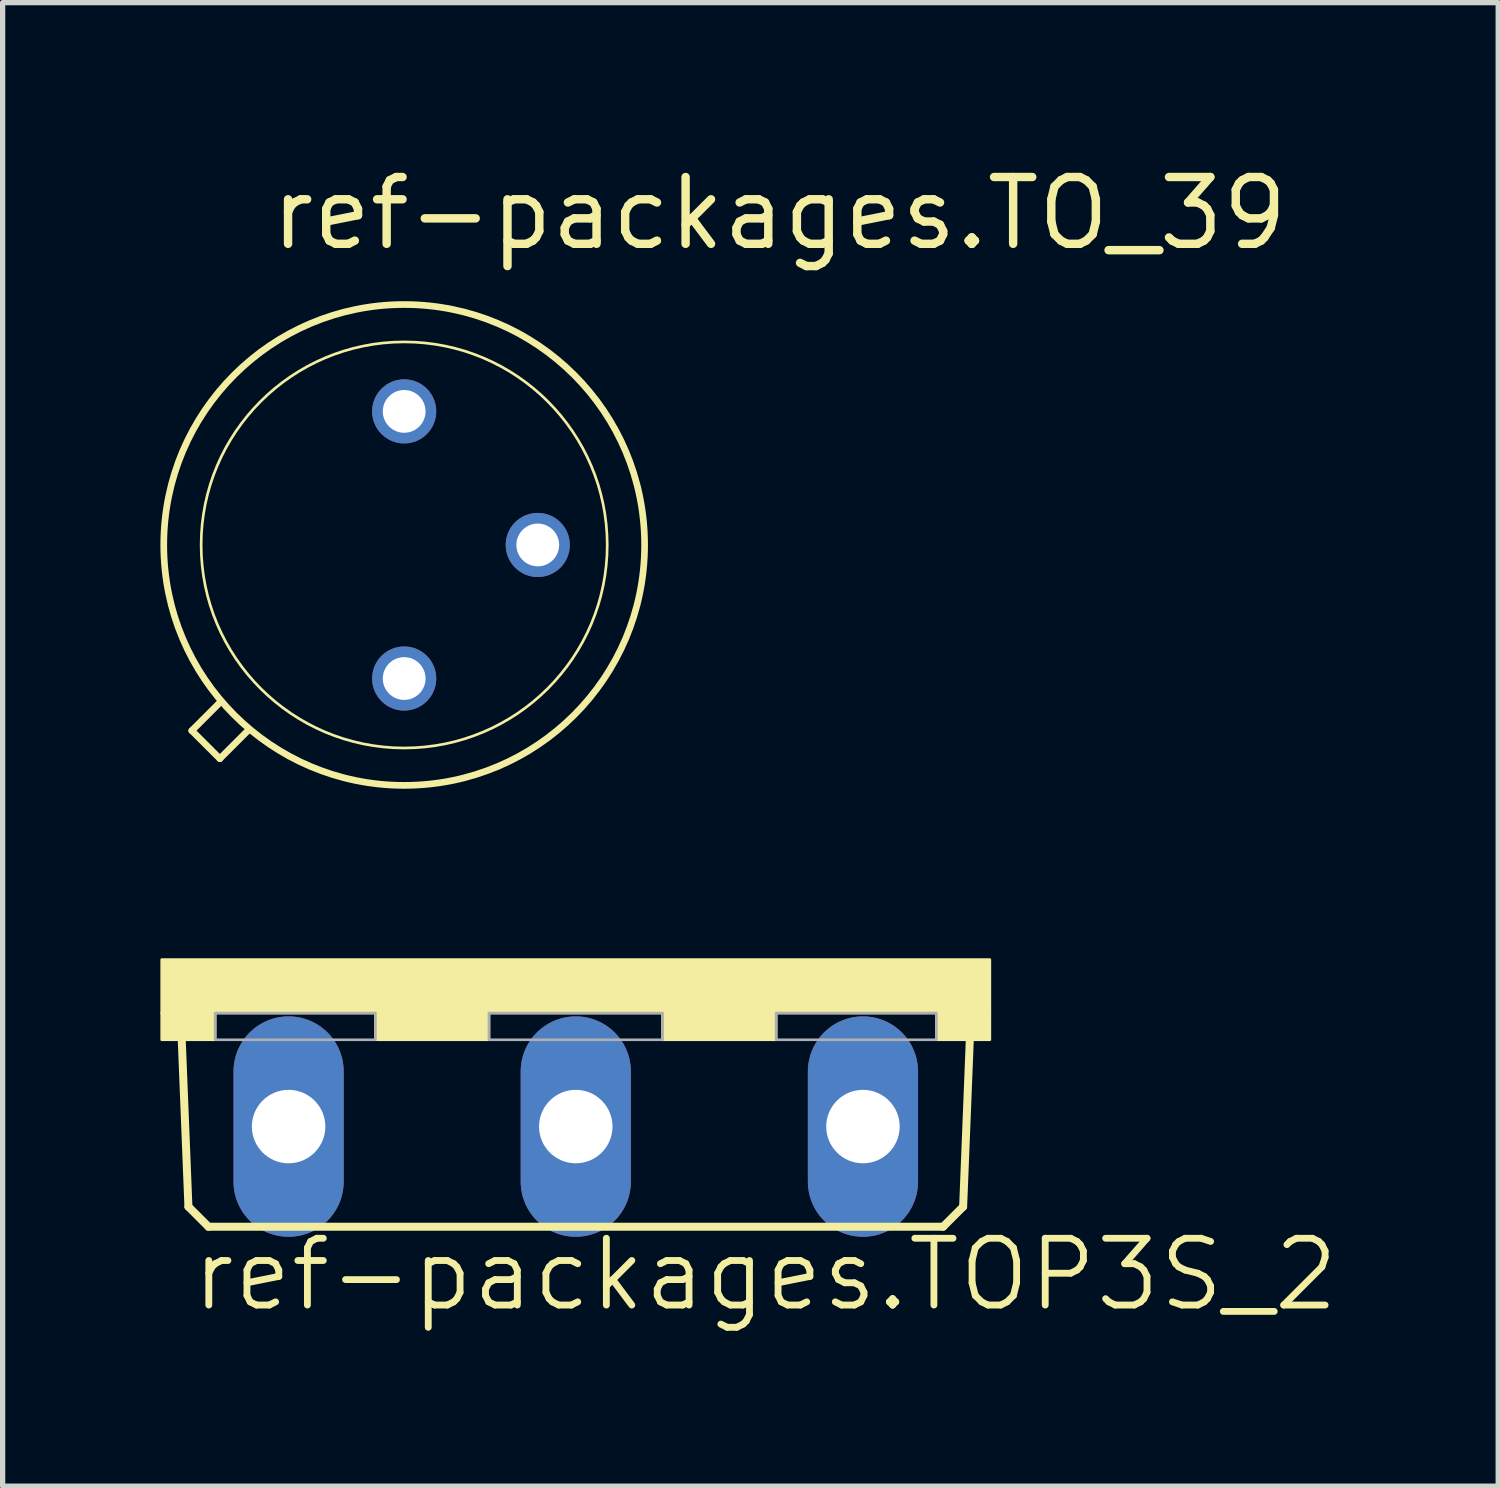
<source format=kicad_pcb>
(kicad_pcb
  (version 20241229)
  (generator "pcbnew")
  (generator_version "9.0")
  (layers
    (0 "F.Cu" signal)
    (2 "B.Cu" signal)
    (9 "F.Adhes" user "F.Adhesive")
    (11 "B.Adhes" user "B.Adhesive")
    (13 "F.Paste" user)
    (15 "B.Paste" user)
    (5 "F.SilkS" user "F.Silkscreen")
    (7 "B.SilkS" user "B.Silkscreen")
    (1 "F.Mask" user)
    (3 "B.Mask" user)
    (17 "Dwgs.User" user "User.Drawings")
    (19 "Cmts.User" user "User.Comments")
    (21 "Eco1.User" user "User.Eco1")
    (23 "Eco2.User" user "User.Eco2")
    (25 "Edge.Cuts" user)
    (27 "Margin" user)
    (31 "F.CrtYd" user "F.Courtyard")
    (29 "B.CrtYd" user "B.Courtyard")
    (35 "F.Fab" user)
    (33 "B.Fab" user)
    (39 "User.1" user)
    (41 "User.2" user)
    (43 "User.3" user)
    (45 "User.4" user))
  (footprint "ref-packages.TOP3S_2"
    (layer "F.Cu")
    (at 7.899 15.198)
    (property "Reference" "ref-packages.TOP3S_2" (at -7.366 6.731 0) (layer "F.SilkS") (effects (font (size 1.27 1.27) (thickness 0.13)) (justify left bottom)))
    (attr through_hole)
    (fp_line (start -7.366 4.699) (end -7.493 1.524) (stroke (width 0.152) (type default)) (layer "F.SilkS"))
    (fp_line (start -6.985 5.08) (end -7.366 4.699) (stroke (width 0.152) (type default)) (layer "F.SilkS"))
    (fp_line (start -6.985 5.08) (end 6.985 5.08) (stroke (width 0.152) (type default)) (layer "F.SilkS"))
    (fp_line (start 6.985 5.08) (end 7.366 4.699) (stroke (width 0.152) (type default)) (layer "F.SilkS"))
    (fp_line (start 7.366 4.699) (end 7.493 1.524) (stroke (width 0.152) (type default)) (layer "F.SilkS"))
    (fp_rect (start -7.874 1.016) (end 7.874 0) (stroke (width 0.05) (type default)) (fill yes) (layer "F.SilkS"))
    (fp_rect (start -7.874 1.524) (end -6.858 1.016) (stroke (width 0.05) (type default)) (fill yes) (layer "F.SilkS"))
    (fp_rect (start -3.81 1.524) (end -1.651 1.016) (stroke (width 0.05) (type default)) (fill yes) (layer "F.SilkS"))
    (fp_rect (start 1.651 1.524) (end 3.81 1.016) (stroke (width 0.05) (type default)) (fill yes) (layer "F.SilkS"))
    (fp_rect (start 6.858 1.524) (end 7.874 1.016) (stroke (width 0.05) (type default)) (fill yes) (layer "F.SilkS"))
    (fp_rect (start -6.858 1.524) (end -3.81 1.016) (stroke (width 0.05) (type default)) (fill no) (layer "F.Fab"))
    (fp_rect (start -1.651 1.524) (end 1.651 1.016) (stroke (width 0.05) (type default)) (fill no) (layer "F.Fab"))
    (fp_rect (start 3.81 1.524) (end 6.858 1.016) (stroke (width 0.05) (type default)) (fill no) (layer "F.Fab"))
    (pad "A" thru_hole oval (at 0 3.175 90) (size 4.191 2.095) (drill 1.397) (layers "*.Cu" "*.Mask"))
    (pad "C" thru_hole oval (at -5.461 3.175 90) (size 4.191 2.095) (drill 1.397) (layers "*.Cu" "*.Mask"))
    (pad "G" thru_hole oval (at 5.461 3.175 90) (size 4.191 2.095) (drill 1.397) (layers "*.Cu" "*.Mask")))
  (footprint "ref-packages.TO_39"
    (layer "F.Cu")
    (at 4.636 7.313)
    (property "Reference" "ref-packages.TO_39" (at -2.616 -5.563 0) (layer "F.SilkS") (effects (font (size 1.27 1.27) (thickness 0.16)) (justify left bottom)))
    (attr through_hole)
    (fp_line (start -4.039 3.531) (end -3.505 2.997) (stroke (width 0.127) (type default)) (layer "F.SilkS"))
    (fp_line (start -3.505 4.064) (end -4.039 3.531) (stroke (width 0.127) (type default)) (layer "F.SilkS"))
    (fp_line (start -2.972 3.531) (end -3.505 4.064) (stroke (width 0.127) (type default)) (layer "F.SilkS"))
    (fp_circle (center 0 0) (end 3.861 0) (stroke (width 0.051) (type default)) (fill no) (layer "F.SilkS"))
    (fp_circle (center 0 0) (end 4.572 0) (stroke (width 0.127) (type default)) (fill no) (layer "F.SilkS"))
    (pad "1" thru_hole circle (at 0 2.54) (size 1.219 1.219) (drill 0.813) (layers "*.Cu" "*.Mask"))
    (pad "2" thru_hole circle (at 2.54 0) (size 1.219 1.219) (drill 0.813) (layers "*.Cu" "*.Mask"))
    (pad "3" thru_hole circle (at 0 -2.54) (size 1.219 1.219) (drill 0.813) (layers "*.Cu" "*.Mask")))
  (gr_rect
    (start -3 -3)
    (end 25.44 25.211)
    (stroke (width 0.1) (type default))
    (fill no)
    (layer "Edge.Cuts")))
</source>
